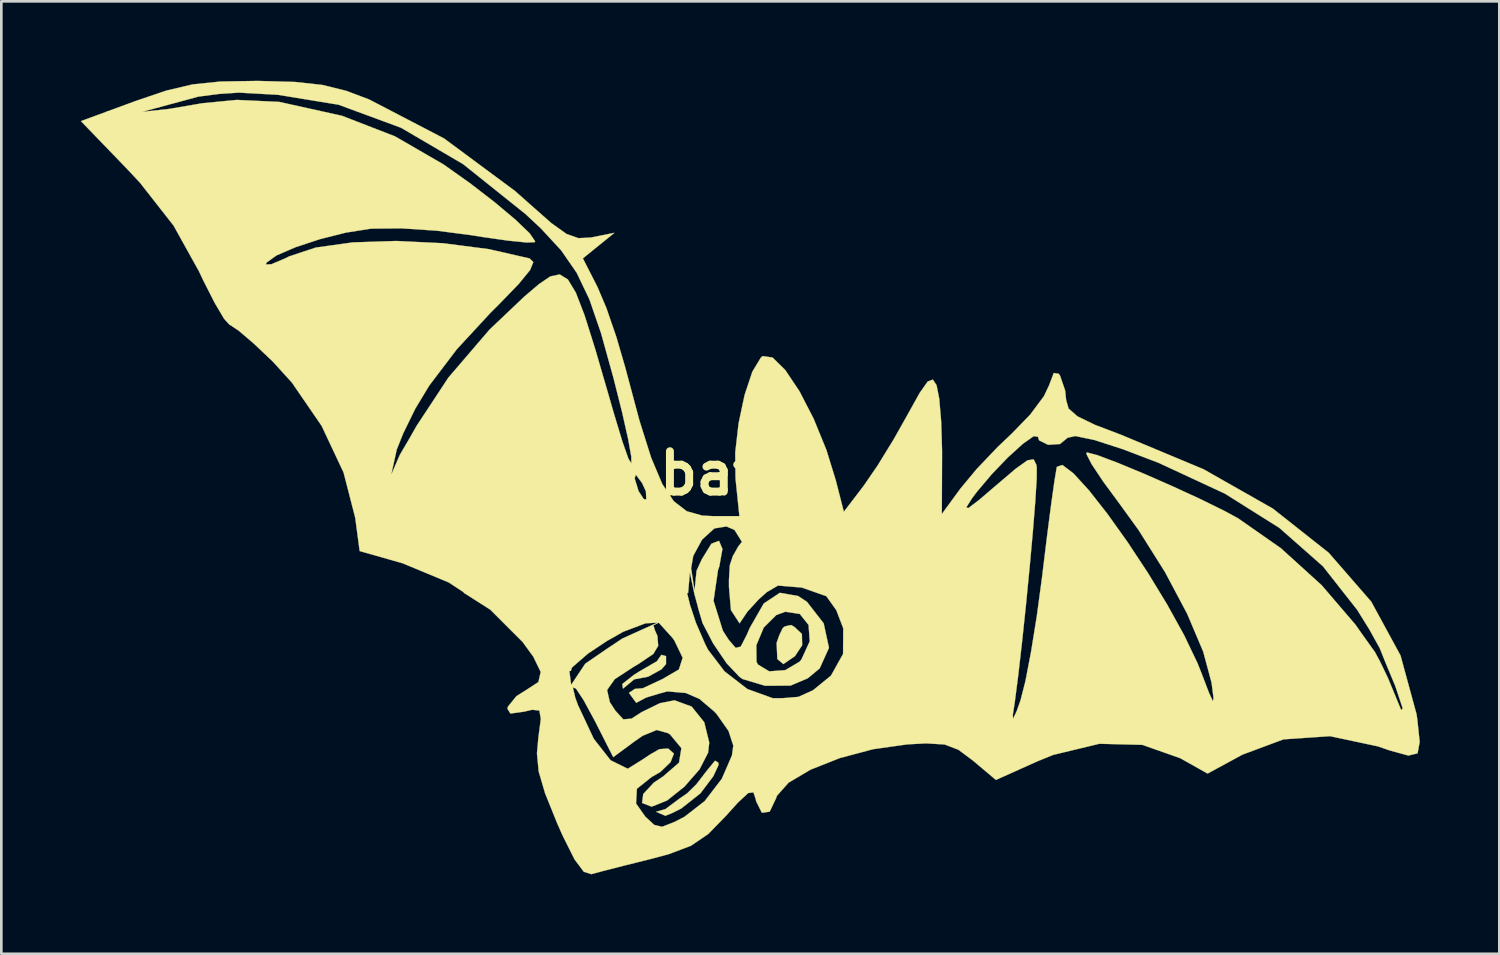
<source format=kicad_pcb>
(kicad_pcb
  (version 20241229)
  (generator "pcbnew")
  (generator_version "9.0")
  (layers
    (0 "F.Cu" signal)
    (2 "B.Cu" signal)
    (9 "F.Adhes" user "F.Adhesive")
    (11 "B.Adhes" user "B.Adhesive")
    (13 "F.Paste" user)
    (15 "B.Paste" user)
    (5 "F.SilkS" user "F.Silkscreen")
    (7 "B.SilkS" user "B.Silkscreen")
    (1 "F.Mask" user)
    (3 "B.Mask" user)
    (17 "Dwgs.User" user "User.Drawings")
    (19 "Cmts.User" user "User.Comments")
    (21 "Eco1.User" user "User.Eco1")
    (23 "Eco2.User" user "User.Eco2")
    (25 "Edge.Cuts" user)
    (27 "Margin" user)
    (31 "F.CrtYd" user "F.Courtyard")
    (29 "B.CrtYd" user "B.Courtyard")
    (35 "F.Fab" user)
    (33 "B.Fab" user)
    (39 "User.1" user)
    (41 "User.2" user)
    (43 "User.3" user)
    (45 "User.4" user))
  (footprint "bat56"
    (layer "F.Cu")
    (at 25.139 14.816)
    (property "Reference" "bat56" (at 0 0 0) (layer "F.SilkS") (effects (font (size 1.524 1.524) (thickness 0.3))))
    (attr through_hole)
    (fp_poly (pts (xy -3.05 6.9) (xy -3.05 7.2) (xy -3.225 7.4) (xy -3.725 7.675) (xy -4.25 7.775) (xy -4.675 8.125) (xy -4.7 7.95) (xy -4.267 7.61) (xy -4.071 7.485) (xy -3.396 7.094) (xy -3.225 6.85)) (stroke (width 0.01) (type solid)) (fill yes) (layer "F.SilkS"))
    (fp_poly (pts (xy 1.45 5.775) (xy 1.55 5.75) (xy 1.675 5.725) (xy 1.8 5.8) (xy 2.078 6.063) (xy 2.088 6.487) (xy 1.818 6.898) (xy 1.379 7.199) (xy 1.15 7.009) (xy 1.124 6.397) (xy 1.225 6.112) (xy 1.35 5.85) (xy 1.4 5.8)) (stroke (width 0.01) (type solid)) (fill yes) (layer "F.SilkS"))
    (fp_poly (pts (xy -1.074 10.921) (xy -1.069 11.009) (xy -1.266 11.434) (xy -1.75 12.075) (xy -2.475 12.65) (xy -2.825 12.825) (xy -3.075 12.925) (xy -3.425 12.775) (xy -3.075 12.673) (xy -2.549 12.282) (xy -2.256 12.08) (xy -1.907 11.739) (xy -1.521 11.237) (xy -1.2 10.846) (xy -1.074 10.921)) (stroke (width 0.01) (type solid)) (fill yes) (layer "F.SilkS"))
    (fp_poly (pts (xy -18.424 -14.811) (xy -17.052 -14.773) (xy -16.016 -14.659) (xy -15.119 -14.437) (xy -14.258 -14.113) (xy -11.426 -12.639) (xy -8.751 -10.658) (xy -8.191 -10.161) (xy -7.374 -9.441) (xy -6.805 -9.035) (xy -6.355 -8.877) (xy -5.897 -8.899) (xy -5.823 -8.913) (xy -4.999 -9.078) (xy -5.594 -8.596) (xy -6.189 -8.114) (xy -5.639 -7.036) (xy -5.302 -6.242) (xy -4.925 -5.147) (xy -4.583 -3.973) (xy -4.548 -3.839) (xy -4.051 -1.983) (xy -3.611 -0.59) (xy -3.193 0.401) (xy -2.757 1.054) (xy -2.266 1.431) (xy -1.685 1.594) (xy -1.29 1.615) (xy -0.281 1.615) (xy -0.428 0.191) (xy -0.438 -0.785) (xy -0.312 -1.886) (xy -0.085 -2.956) (xy 0.207 -3.836) (xy 0.531 -4.371) (xy 0.599 -4.426) (xy 0.971 -4.371) (xy 1.451 -3.899) (xy 1.986 -3.099) (xy 2.521 -2.063) (xy 3.003 -0.884) (xy 3.357 0.263) (xy 3.661 1.451) (xy 4.406 0.475) (xy 4.929 -0.285) (xy 5.546 -1.289) (xy 6.047 -2.18) (xy 6.522 -3.033) (xy 6.826 -3.465) (xy 7.021 -3.539) (xy 7.161 -3.328) (xy 7.262 -2.816) (xy 7.336 -1.941) (xy 7.368 -0.871) (xy 7.368 -0.631) (xy 7.36 1.535) (xy 7.542 1.286) (xy 8.282 1.286) (xy 8.362 1.31) (xy 8.771 1) (xy 9.389 0.471) (xy 10.144 -0.171) (xy 10.593 -0.492) (xy 10.825 -0.529) (xy 10.926 -0.324) (xy 10.942 -0.235) (xy 10.941 0.189) (xy 10.889 1.032) (xy 10.797 2.183) (xy 10.675 3.529) (xy 10.536 4.959) (xy 10.388 6.36) (xy 10.244 7.62) (xy 10.114 8.629) (xy 10.041 9.101) (xy 10.046 9.268) (xy 10.181 8.985) (xy 10.33 8.567) (xy 10.515 7.843) (xy 10.728 6.731) (xy 10.946 5.378) (xy 11.142 3.926) (xy 11.162 3.754) (xy 11.328 2.396) (xy 11.481 1.211) (xy 11.607 0.311) (xy 11.691 -0.195) (xy 11.702 -0.244) (xy 11.91 -0.316) (xy 12.332 0.005) (xy 12.916 0.645) (xy 13.613 1.534) (xy 14.372 2.597) (xy 15.142 3.764) (xy 15.871 4.962) (xy 16.51 6.118) (xy 17.008 7.16) (xy 17.153 7.522) (xy 17.45 8.3) (xy 17.594 8.605) (xy 17.614 8.467) (xy 17.542 7.915) (xy 17.539 7.898) (xy 17.468 7.631) (xy 17.226 6.732) (xy 16.619 5.298) (xy 15.783 3.725) (xy 14.785 2.139) (xy 14.067 1.147) (xy 13.447 0.305) (xy 13.01 -0.353) (xy 12.816 -0.733) (xy 12.832 -0.791) (xy 13.237 -0.684) (xy 13.996 -0.398) (xy 14.983 0.011) (xy 16.069 0.488) (xy 17.129 0.976) (xy 18.035 1.422) (xy 18.544 1.699) (xy 20.156 2.825) (xy 21.7 4.226) (xy 22.971 5.711) (xy 23.172 5.997) (xy 23.709 6.749) (xy 23.901 7.105) (xy 24.201 7.73) (xy 24.698 8.937) (xy 24.755 8.872) (xy 24.476 8.03) (xy 24.101 7.13) (xy 23.887 6.596) (xy 23.492 5.884) (xy 23.038 5.154) (xy 21.744 3.508) (xy 20.098 2.057) (xy 18.048 0.768) (xy 15.543 -0.396) (xy 14.201 -0.908) (xy 13.117 -1.259) (xy 12.399 -1.408) (xy 12.106 -1.343) (xy 12.106 -1.342) (xy 11.82 -1.107) (xy 11.371 -1.077) (xy 11.031 -1.245) (xy 10.987 -1.378) (xy 10.829 -1.404) (xy 10.42 -1.116) (xy 9.859 -0.607) (xy 9.245 0.031) (xy 8.676 0.706) (xy 8.496 0.947) (xy 8.282 1.286) (xy 7.542 1.286) (xy 8.065 0.572) (xy 8.671 -0.158) (xy 9.472 -0.999) (xy 10 -1.5) (xy 10.693 -2.214) (xy 11.214 -2.913) (xy 11.411 -3.33) (xy 11.585 -3.789) (xy 11.774 -3.756) (xy 11.82 -3.691) (xy 12.013 -3.13) (xy 12.052 -2.766) (xy 12.144 -2.445) (xy 12.478 -2.152) (xy 13.147 -1.827) (xy 14.128 -1.454) (xy 17.242 -0.153) (xy 19.853 1.33) (xy 21.961 2.996) (xy 23.568 4.844) (xy 24.673 6.875) (xy 25.277 9.089) (xy 25.308 9.302) (xy 25.396 10.14) (xy 25.316 10.568) (xy 24.969 10.652) (xy 24.259 10.457) (xy 23.82 10.305) (xy 22.01 9.92) (xy 20.253 10.041) (xy 18.704 10.618) (xy 17.391 11.332) (xy 16.358 10.751) (xy 14.929 10.248) (xy 13.306 10.207) (xy 11.562 10.627) (xy 10.963 10.871) (xy 9.402 11.572) (xy 8.537 10.844) (xy 7.988 10.434) (xy 7.466 10.234) (xy 6.766 10.192) (xy 6.054 10.23) (xy 4.766 10.412) (xy 3.511 10.746) (xy 2.407 11.183) (xy 1.575 11.675) (xy 1.134 12.172) (xy 1.105 12.259) (xy 0.862 12.77) (xy 0.567 12.812) (xy 0.35 12.374) (xy 0.338 12.306) (xy 0.25 12.041) (xy 0.052 12.066) (xy -0.339 12.429) (xy -0.79 12.929) (xy -1.457 13.613) (xy -2.108 14.056) (xy -2.954 14.376) (xy -3.644 14.56) (xy -4.616 14.802) (xy -5.417 15.007) (xy -5.868 15.129) (xy -6.154 15.039) (xy -6.503 14.572) (xy -6.954 13.672) (xy -7.162 13.2) (xy -7.616 12.074) (xy -7.857 11.252) (xy -7.922 10.566) (xy -7.869 9.982) (xy -7.776 9.264) (xy -7.832 8.952) (xy -8.104 8.924) (xy -8.415 8.996) (xy -8.924 9.066) (xy -9.037 8.885) (xy -9.017 8.805) (xy -8.697 8.409) (xy -8.313 8.169) (xy -8.177 8.08) (xy -6.567 8.08) (xy -6.476 8.467) (xy -6.377 8.741) (xy -5.777 10.021) (xy -5.142 10.83) (xy -4.496 11.15) (xy -3.95 10.811) (xy -3.65 10.611) (xy -3.3 10.411) (xy -2.971 10.386) (xy -2.753 10.576) (xy -2.878 10.899) (xy -3.262 11.27) (xy -3.6 11.466) (xy -4.15 11.905) (xy -4.182 12.46) (xy -3.833 12.959) (xy -3.492 13.271) (xy -3.199 13.34) (xy -2.749 13.166) (xy -2.357 12.965) (xy -1.591 12.371) (xy -0.946 11.531) (xy -0.562 10.648) (xy -0.511 10.274) (xy -0.692 9.721) (xy -1.139 9.086) (xy -1.243 8.977) (xy -1.791 8.512) (xy -2.303 8.291) (xy -2.998 8.23) (xy -3.3 8.311) (xy -3.796 8.461) (xy -4.175 8.661) (xy -4.45 8.286) (xy -4.225 8.136) (xy -3.925 8.111) (xy -3.19 7.767) (xy -2.565 7.404) (xy -2.422 6.961) (xy -2.731 6.318) (xy -2.798 6.22) (xy -3.325 5.636) (xy -3.525 5.736) (xy -3.475 5.911) (xy -3.375 6.136) (xy -3.346 6.51) (xy -3.53 6.818) (xy -4.096 7.199) (xy -4.247 7.286) (xy -4.985 7.768) (xy -5.275 8.177) (xy -5.172 8.635) (xy -4.961 8.959) (xy -4.663 9.285) (xy -4.354 9.259) (xy -3.966 9.01) (xy -3.282 8.676) (xy -2.729 8.567) (xy -2.083 8.803) (xy -1.608 9.394) (xy -1.419 10.163) (xy -1.463 10.544) (xy -1.785 11.173) (xy -2.358 11.828) (xy -3.012 12.349) (xy -3.578 12.576) (xy -3.605 12.577) (xy -3.954 12.441) (xy -3.91 12.104) (xy -3.514 11.676) (xy -3.162 11.442) (xy -2.561 10.921) (xy -2.47 10.373) (xy -2.896 9.857) (xy -2.972 9.807) (xy -3.402 9.686) (xy -3.933 9.906) (xy -4.236 10.116) (xy -5.043 10.712) (xy -5.722 9.372) (xy -6.159 8.563) (xy -6.451 8.122) (xy -6.567 8.08) (xy -8.177 8.08) (xy -7.867 7.877) (xy -7.781 7.495) (xy -7.799 7.457) (xy -6.7 7.448) (xy -6.632 7.984) (xy -6.1 7.186) (xy -5.3 6.636) (xy -4.7 6.236) (xy -3.375 5.636) (xy -3.825 5.661) (xy -4.666 5.979) (xy -5.067 6.208) (xy -5.274 6.323) (xy -5.996 6.804) (xy -6.571 7.302) (xy -6.611 7.346) (xy -6.641 7.457) (xy -7.799 7.457) (xy -8.062 6.917) (xy -8.464 6.364) (xy -9.07 5.759) (xy -9.683 5.146) (xy -10.688 4.505) (xy -2.259 4.505) (xy -2.147 4.958) (xy -1.923 5.638) (xy -1.579 6.431) (xy -1.466 6.656) (xy -0.842 7.474) (xy 0.022 8.142) (xy 0.975 8.486) (xy 1.35 8.486) (xy 1.95 8.436) (xy 2.5 8.186) (xy 3.175 7.636) (xy 3.632 6.816) (xy 3.638 5.846) (xy 3.375 5.161) (xy 3 4.636) (xy 2.075 4.311) (xy 1.175 4.236) (xy 0.75 4.486) (xy 0.449 4.756) (xy 0.027 5.215) (xy -0.275 5.661) (xy -0.6 5.161) (xy -0.675 4.286) (xy -0.675 4.011) (xy -0.643 3.465) (xy -0.518 3.092) (xy -0.504 3.082) (xy -0.325 2.761) (xy -0.185 2.586) (xy -0.466 2.135) (xy -0.769 2.005) (xy -1.227 2.079) (xy -1.691 2.503) (xy -2.023 3.115) (xy -2.104 3.583) (xy -1.975 4.436) (xy -1.896 3.668) (xy -1.696 3.239) (xy -1.338 2.656) (xy -1.05 2.548) (xy -0.921 2.854) (xy -1.04 3.516) (xy -1.088 3.651) (xy -1.257 4.81) (xy -0.905 5.941) (xy -0.683 6.285) (xy -0.422 6.588) (xy -0.231 6.541) (xy -0.203 6.488) (xy 0.358 6.488) (xy 0.365 7.107) (xy 0.416 7.215) (xy 0.845 7.473) (xy 1.451 7.428) (xy 1.991 7.108) (xy 2.059 7.029) (xy 2.374 6.339) (xy 2.33 5.722) (xy 1.998 5.307) (xy 1.45 5.224) (xy 1.114 5.347) (xy 0.639 5.819) (xy 0.358 6.488) (xy -0.203 6.488) (xy 0.005 6.081) (xy 0.108 5.839) (xy 0.64 4.911) (xy 1.247 4.509) (xy 1.936 4.63) (xy 2.269 4.849) (xy 2.9 5.661) (xy 3.1 6.586) (xy 2.75 7.361) (xy 2.3 7.736) (xy 1.65 8.011) (xy 0.692 8.018) (xy -0.158 7.765) (xy -0.276 7.684) (xy -0.766 7.165) (xy -1.273 6.418) (xy -1.673 5.647) (xy -1.846 5.059) (xy -1.846 5.04) (xy -1.977 4.562) (xy -2.15 3.736) (xy -2.217 4.515) (xy -10.647 4.515) (xy -11.251 4.118) (xy -12.988 3.396) (xy -13.11 3.361) (xy -14.614 2.933) (xy -14.782 1.673) (xy -15.038 0.679) (xy -4.234 0.191) (xy -4.087 0.669) (xy -3.888 0.977) (xy -3.795 0.978) (xy -3.81 0.679) (xy -3.953 0.365) (xy -4.19 0.051) (xy -4.234 0.191) (xy -15.038 0.679) (xy -15.222 -0.034) (xy -16.05 -1.793) (xy -17.171 -3.426) (xy -17.891 -4.218) (xy -18.602 -4.891) (xy -19.177 -5.383) (xy -19.503 -5.601) (xy -19.522 -5.604) (xy -19.728 -5.83) (xy -20.084 -6.431) (xy -20.523 -7.295) (xy -20.678 -7.624) (xy -21.638 -9.352) (xy -22.905 -10.968) (xy -23.373 -11.469) (xy -25.134 -13.294) (xy -23.871 -13.759) (xy -23.291 -13.972) (xy -23.049 -14.061) (xy -21.998 -14.417) (xy -19.174 -14.37) (xy -19.924 -14.32) (xy -20.699 -14.22) (xy -22.824 -13.645) (xy -21.799 -13.756) (xy -20.549 -13.97) (xy -19.249 -14.095) (xy -17.649 -14.02) (xy -15.281 -13.495) (xy -13.279 -12.719) (xy -11.446 -11.658) (xy -10.441 -10.945) (xy -9.507 -10.224) (xy -8.73 -9.571) (xy -8.196 -9.058) (xy -7.992 -8.759) (xy -8.003 -8.725) (xy -8.306 -8.713) (xy -9.007 -8.783) (xy -9.976 -8.921) (xy -10.403 -8.99) (xy -11.709 -9.159) (xy -13.038 -9.247) (xy -14.133 -9.237) (xy -14.238 -9.228) (xy -15.138 -9.085) (xy -16.117 -8.838) (xy -17.035 -8.535) (xy -17.753 -8.225) (xy -18.13 -7.955) (xy -18.157 -7.885) (xy -17.95 -7.892) (xy -17.44 -8.107) (xy -17.288 -8.184) (xy -16.271 -8.522) (xy -14.874 -8.717) (xy -13.23 -8.771) (xy -11.473 -8.686) (xy -9.738 -8.462) (xy -8.199 -8.111) (xy -8.059 -7.973) (xy -8.182 -7.672) (xy -8.611 -7.148) (xy -9.387 -6.346) (xy -9.681 -6.054) (xy -10.944 -4.687) (xy -11.985 -3.317) (xy -12.513 -2.443) (xy -12.971 -1.507) (xy -13.216 -0.894) (xy -13.424 0.055) (xy -13.099 -0.695) (xy -12.697 -1.381) (xy -12.464 -1.793) (xy -11.265 -3.614) (xy -9.71 -5.427) (xy -8.392 -6.678) (xy -7.847 -7.141) (xy -7.417 -7.433) (xy -7.065 -7.508) (xy -6.756 -7.319) (xy -6.454 -6.819) (xy -6.123 -5.961) (xy -5.726 -4.7) (xy -5.227 -2.986) (xy -5.037 -2.324) (xy -4.695 -1.192) (xy -4.469 -0.552) (xy -4.358 -0.376) (xy -4.362 -0.634) (xy -4.481 -1.298) (xy -4.715 -2.336) (xy -5.035 -3.605) (xy -5.502 -5.287) (xy -5.942 -6.567) (xy -6.422 -7.569) (xy -7.009 -8.418) (xy -7.768 -9.239) (xy -8.345 -9.779) (xy -10.708 -11.67) (xy -13.052 -13.044) (xy -15.409 -13.913) (xy -17.695 -14.287) (xy -19.174 -14.37) (xy -21.998 -14.417) (xy -21.899 -14.45) (xy -20.915 -14.681) (xy -19.868 -14.789) (xy -18.531 -14.811) (xy -18.424 -14.811)) (stroke (width 0.01) (type solid)) (fill yes) (layer "F.SilkS")))
  (gr_rect
    (start -3 -3)
    (end 53.541 32.95)
    (stroke (width 0.1) (type default))
    (fill no)
    (layer "Edge.Cuts")))
</source>
